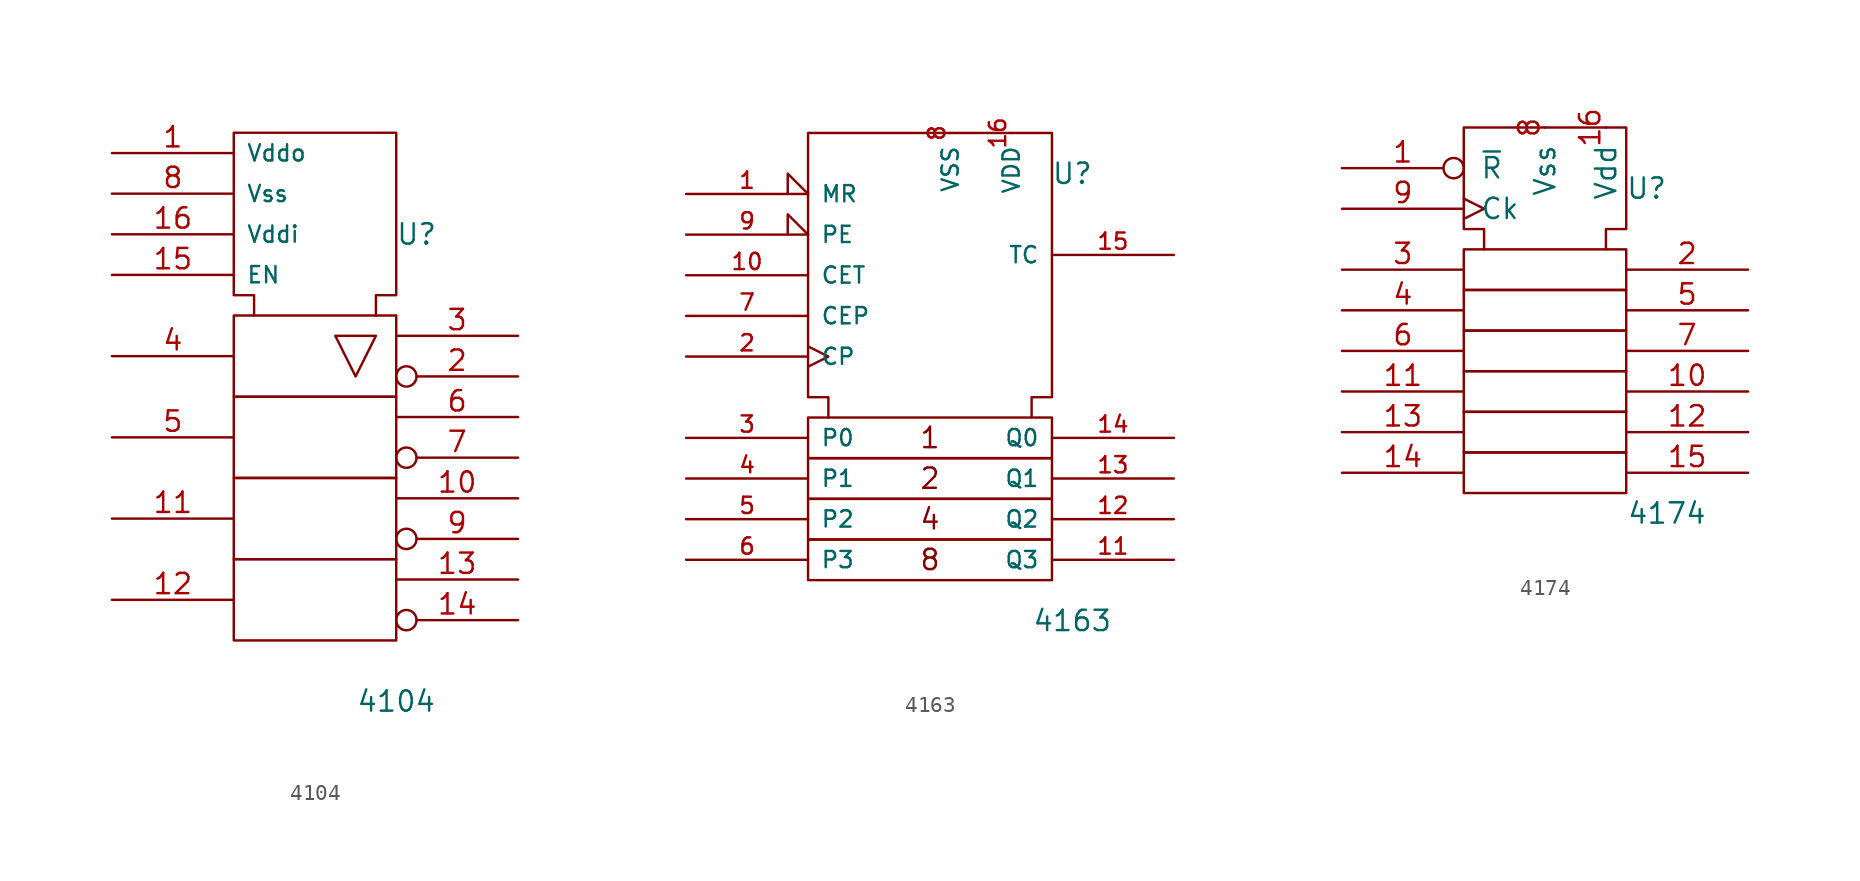
<source format=kicad_sym>
(kicad_symbol_lib
  (version 20201005)
  (generator kicad_symbol_editor)
  (symbol "4104"
    (pin_names
      (offset 0.762))
    (property "Reference" "U"
      (at 6.35 8.89 0)
      (effects (font (size 1.27 1.27))))
    (property "Value" "4104"
      (at 5.08 -20.32 0)
      (effects (font (size 1.27 1.27))))
    (symbol "4104_0_0"
      (rectangle (start -5.08 -11.43) (end 5.08 -16.51) (stroke (width 0)) (fill (type none)))
      (rectangle (start -5.08 -6.35) (end 5.08 -11.43) (stroke (width 0)) (fill (type none)))
      (rectangle (start -5.08 -1.27) (end 5.08 -6.35) (stroke (width 0)) (fill (type none)))
      (rectangle (start -5.08 3.81) (end 5.08 -1.27) (stroke (width 0)) (fill (type none)))
      (polyline (pts (xy 1.27 2.54) (xy 3.81 2.54) (xy 2.54 0) (xy 1.27 2.54) (xy 1.27 2.54)) (stroke (width 0)) (fill (type none)))
      (polyline (pts (xy -3.81 3.81) (xy -3.81 5.08) (xy -5.08 5.08) (xy -5.08 15.24) (xy 5.08 15.24) (xy 5.08 5.08) (xy 3.81 5.08) (xy 3.81 3.81) (xy 3.81 3.81)) (stroke (width 0)) (fill (type none))))
    (symbol "4104_1_1"
      (pin power_in line (at -12.7 13.97 0) (length 7.62) (name "Vddo" (effects (font (size 1.016 1.016)))) (number "1" (effects (font (size 1.27 1.27)))))
      (pin input line (at 12.7 -7.62 180) (length 7.62) (name "~" (effects (font (size 1.016 1.016)))) (number "10" (effects (font (size 1.27 1.27)))))
      (pin input line (at -12.7 -8.89 0) (length 7.62) (name "~" (effects (font (size 1.016 1.016)))) (number "11" (effects (font (size 1.27 1.27)))))
      (pin input line (at -12.7 -13.97 0) (length 7.62) (name "~" (effects (font (size 1.016 1.016)))) (number "12" (effects (font (size 1.27 1.27)))))
      (pin input line (at 12.7 -12.7 180) (length 7.62) (name "~" (effects (font (size 1.016 1.016)))) (number "13" (effects (font (size 1.27 1.27)))))
      (pin output inverted (at 12.7 -15.24 180) (length 7.62) (name "~" (effects (font (size 1.016 1.016)))) (number "14" (effects (font (size 1.27 1.27)))))
      (pin input line (at -12.7 6.35 0) (length 7.62) (name "EN" (effects (font (size 1.016 1.016)))) (number "15" (effects (font (size 1.27 1.27)))))
      (pin power_in line (at -12.7 8.89 0) (length 7.62) (name "Vddi" (effects (font (size 1.016 1.016)))) (number "16" (effects (font (size 1.27 1.27)))))
      (pin output inverted (at 12.7 0 180) (length 7.62) (name "~" (effects (font (size 1.016 1.016)))) (number "2" (effects (font (size 1.27 1.27)))))
      (pin input line (at 12.7 2.54 180) (length 7.62) (name "~" (effects (font (size 1.016 1.016)))) (number "3" (effects (font (size 1.27 1.27)))))
      (pin input line (at -12.7 1.27 0) (length 7.62) (name "~" (effects (font (size 1.016 1.016)))) (number "4" (effects (font (size 1.27 1.27)))))
      (pin input line (at -12.7 -3.81 0) (length 7.62) (name "~" (effects (font (size 1.016 1.016)))) (number "5" (effects (font (size 1.27 1.27)))))
      (pin input line (at 12.7 -2.54 180) (length 7.62) (name "~" (effects (font (size 1.016 1.016)))) (number "6" (effects (font (size 1.27 1.27)))))
      (pin output inverted (at 12.7 -5.08 180) (length 7.62) (name "~" (effects (font (size 1.016 1.016)))) (number "7" (effects (font (size 1.27 1.27)))))
      (pin power_in line (at -12.7 11.43 0) (length 7.62) (name "Vss" (effects (font (size 1.016 1.016)))) (number "8" (effects (font (size 1.27 1.27)))))
      (pin output inverted (at 12.7 -10.16 180) (length 7.62) (name "~" (effects (font (size 1.016 1.016)))) (number "9" (effects (font (size 1.27 1.27)))))))
  (symbol "4163"
    (pin_names
      (offset 0.762))
    (property "Reference" "U"
      (at 8.89 10.16 0)
      (effects (font (size 1.27 1.27))))
    (property "Value" "4163"
      (at 8.89 -17.78 0)
      (effects (font (size 1.27 1.27))))
    (symbol "4163_0_0"
      (text "1" (at 0 -6.35 0) (effects (font (size 1.27 1.27))))
      (text "2" (at 0 -8.89 0) (effects (font (size 1.27 1.27))))
      (text "4" (at 0 -11.43 0) (effects (font (size 1.27 1.27))))
      (text "8" (at 0 -13.97 0) (effects (font (size 1.27 1.27))))
      (rectangle (start -7.62 -12.7) (end 7.62 -15.24) (stroke (width 0)) (fill (type none)))
      (rectangle (start -7.62 -10.16) (end 7.62 -12.7) (stroke (width 0)) (fill (type none)))
      (rectangle (start -7.62 -7.62) (end 7.62 -10.16) (stroke (width 0)) (fill (type none)))
      (rectangle (start -7.62 -5.08) (end 7.62 -7.62) (stroke (width 0)) (fill (type none)))
      (polyline (pts (xy -6.35 -5.08) (xy -6.35 -3.81) (xy -7.62 -3.81) (xy -7.62 12.7) (xy 7.62 12.7) (xy 7.62 -3.81) (xy 6.35 -3.81) (xy 6.35 -5.08) (xy 6.35 -5.08)) (stroke (width 0)) (fill (type none))))
    (symbol "4163_1_1"
      (pin input input_low (at -15.24 8.89 0) (length 7.62) (name "MR" (effects (font (size 1.016 1.016)))) (number "1" (effects (font (size 1.016 1.016)))))
      (pin input line (at -15.24 3.81 0) (length 7.62) (name "CET" (effects (font (size 1.016 1.016)))) (number "10" (effects (font (size 1.016 1.016)))))
      (pin output line (at 15.24 -13.97 180) (length 7.62) (name "Q3" (effects (font (size 1.016 1.016)))) (number "11" (effects (font (size 1.016 1.016)))))
      (pin output line (at 15.24 -11.43 180) (length 7.62) (name "Q2" (effects (font (size 1.016 1.016)))) (number "12" (effects (font (size 1.016 1.016)))))
      (pin output line (at 15.24 -8.89 180) (length 7.62) (name "Q1" (effects (font (size 1.016 1.016)))) (number "13" (effects (font (size 1.016 1.016)))))
      (pin output line (at 15.24 -6.35 180) (length 7.62) (name "Q0" (effects (font (size 1.016 1.016)))) (number "14" (effects (font (size 1.016 1.016)))))
      (pin output line (at 15.24 5.08 180) (length 7.62) (name "TC" (effects (font (size 1.016 1.016)))) (number "15" (effects (font (size 1.016 1.016)))))
      (pin power_in line (at 5.08 12.7 270) (length 0) (name "VDD" (effects (font (size 1.016 1.016)))) (number "16" (effects (font (size 1.016 1.016)))))
      (pin input clock (at -15.24 -1.27 0) (length 7.62) (name "CP" (effects (font (size 1.016 1.016)))) (number "2" (effects (font (size 1.016 1.016)))))
      (pin input line (at -15.24 -6.35 0) (length 7.62) (name "P0" (effects (font (size 1.016 1.016)))) (number "3" (effects (font (size 1.016 1.016)))))
      (pin input line (at -15.24 -8.89 0) (length 7.62) (name "P1" (effects (font (size 1.016 1.016)))) (number "4" (effects (font (size 1.016 1.016)))))
      (pin input line (at -15.24 -11.43 0) (length 7.62) (name "P2" (effects (font (size 1.016 1.016)))) (number "5" (effects (font (size 1.016 1.016)))))
      (pin input line (at -15.24 -13.97 0) (length 7.62) (name "P3" (effects (font (size 1.016 1.016)))) (number "6" (effects (font (size 1.016 1.016)))))
      (pin input line (at -15.24 1.27 0) (length 7.62) (name "CEP" (effects (font (size 1.016 1.016)))) (number "7" (effects (font (size 1.016 1.016)))))
      (pin power_in line (at 1.27 12.7 270) (length 0) (name "VSS" (effects (font (size 1.016 1.016)))) (number "8" (effects (font (size 1.016 1.016)))))
      (pin input input_low (at -15.24 6.35 0) (length 7.62) (name "PE" (effects (font (size 1.016 1.016)))) (number "9" (effects (font (size 1.016 1.016)))))))
  (symbol "4174"
    (pin_names
      (offset 1.016))
    (property "Reference" "U"
      (at 6.35 8.89 0)
      (effects (font (size 1.27 1.27))))
    (property "Value" "4174"
      (at 7.62 -11.43 0)
      (effects (font (size 1.27 1.27))))
    (symbol "4174_0_0"
      (pin input inverted (at -12.7 10.16 0) (length 7.62) (name "~R" (effects (font (size 1.27 1.27)))) (number "1" (effects (font (size 1.27 1.27)))))
      (pin power_in line (at 3.81 12.7 270) (length 0) (name "Vdd" (effects (font (size 1.27 1.27)))) (number "16" (effects (font (size 1.27 1.27)))))
      (pin power_in line (at 0 12.7 270) (length 0) (name "Vss" (effects (font (size 1.27 1.27)))) (number "8" (effects (font (size 1.27 1.27)))))
      (pin input clock (at -12.7 7.62 0) (length 7.62) (name "Ck" (effects (font (size 1.27 1.27)))) (number "9" (effects (font (size 1.27 1.27))))))
    (symbol "4174_0_1"
      (rectangle (start -5.08 -7.62) (end 5.08 -10.16) (stroke (width 0)) (fill (type none)))
      (rectangle (start -5.08 -5.08) (end 5.08 -7.62) (stroke (width 0)) (fill (type none)))
      (rectangle (start -5.08 -2.54) (end 5.08 -5.08) (stroke (width 0)) (fill (type none)))
      (rectangle (start -5.08 0) (end 5.08 -2.54) (stroke (width 0)) (fill (type none)))
      (rectangle (start -5.08 2.54) (end 5.08 0) (stroke (width 0)) (fill (type none)))
      (rectangle (start -5.08 5.08) (end 5.08 2.54) (stroke (width 0)) (fill (type none)))
      (polyline (pts (xy -3.81 5.08) (xy -3.81 6.35) (xy -5.08 6.35) (xy -5.08 12.7) (xy 5.08 12.7) (xy 5.08 6.35) (xy 3.81 6.35) (xy 3.81 5.08) (xy 3.81 5.08)) (stroke (width 0)) (fill (type none))))
    (symbol "4174_1_0"
      (pin output line (at 12.7 -3.81 180) (length 7.62) (name "~" (effects (font (size 1.27 1.27)))) (number "10" (effects (font (size 1.27 1.27)))))
      (pin input line (at -12.7 -3.81 0) (length 7.62) (name "~" (effects (font (size 1.27 1.27)))) (number "11" (effects (font (size 1.27 1.27)))))
      (pin output line (at 12.7 -6.35 180) (length 7.62) (name "~" (effects (font (size 1.27 1.27)))) (number "12" (effects (font (size 1.27 1.27)))))
      (pin input line (at -12.7 -6.35 0) (length 7.62) (name "~" (effects (font (size 1.27 1.27)))) (number "13" (effects (font (size 1.27 1.27)))))
      (pin input line (at -12.7 -8.89 0) (length 7.62) (name "~" (effects (font (size 1.27 1.27)))) (number "14" (effects (font (size 1.27 1.27)))))
      (pin output line (at 12.7 -8.89 180) (length 7.62) (name "~" (effects (font (size 1.27 1.27)))) (number "15" (effects (font (size 1.27 1.27)))))
      (pin output line (at 12.7 3.81 180) (length 7.62) (name "~" (effects (font (size 1.27 1.27)))) (number "2" (effects (font (size 1.27 1.27)))))
      (pin input line (at -12.7 3.81 0) (length 7.62) (name "~" (effects (font (size 1.27 1.27)))) (number "3" (effects (font (size 1.27 1.27)))))
      (pin input line (at -12.7 1.27 0) (length 7.62) (name "~" (effects (font (size 1.27 1.27)))) (number "4" (effects (font (size 1.27 1.27)))))
      (pin output line (at 12.7 1.27 180) (length 7.62) (name "~" (effects (font (size 1.27 1.27)))) (number "5" (effects (font (size 1.27 1.27)))))
      (pin input line (at -12.7 -1.27 0) (length 7.62) (name "~" (effects (font (size 1.27 1.27)))) (number "6" (effects (font (size 1.27 1.27)))))
      (pin output line (at 12.7 -1.27 180) (length 7.62) (name "~" (effects (font (size 1.27 1.27)))) (number "7" (effects (font (size 1.27 1.27))))))))
</source>
